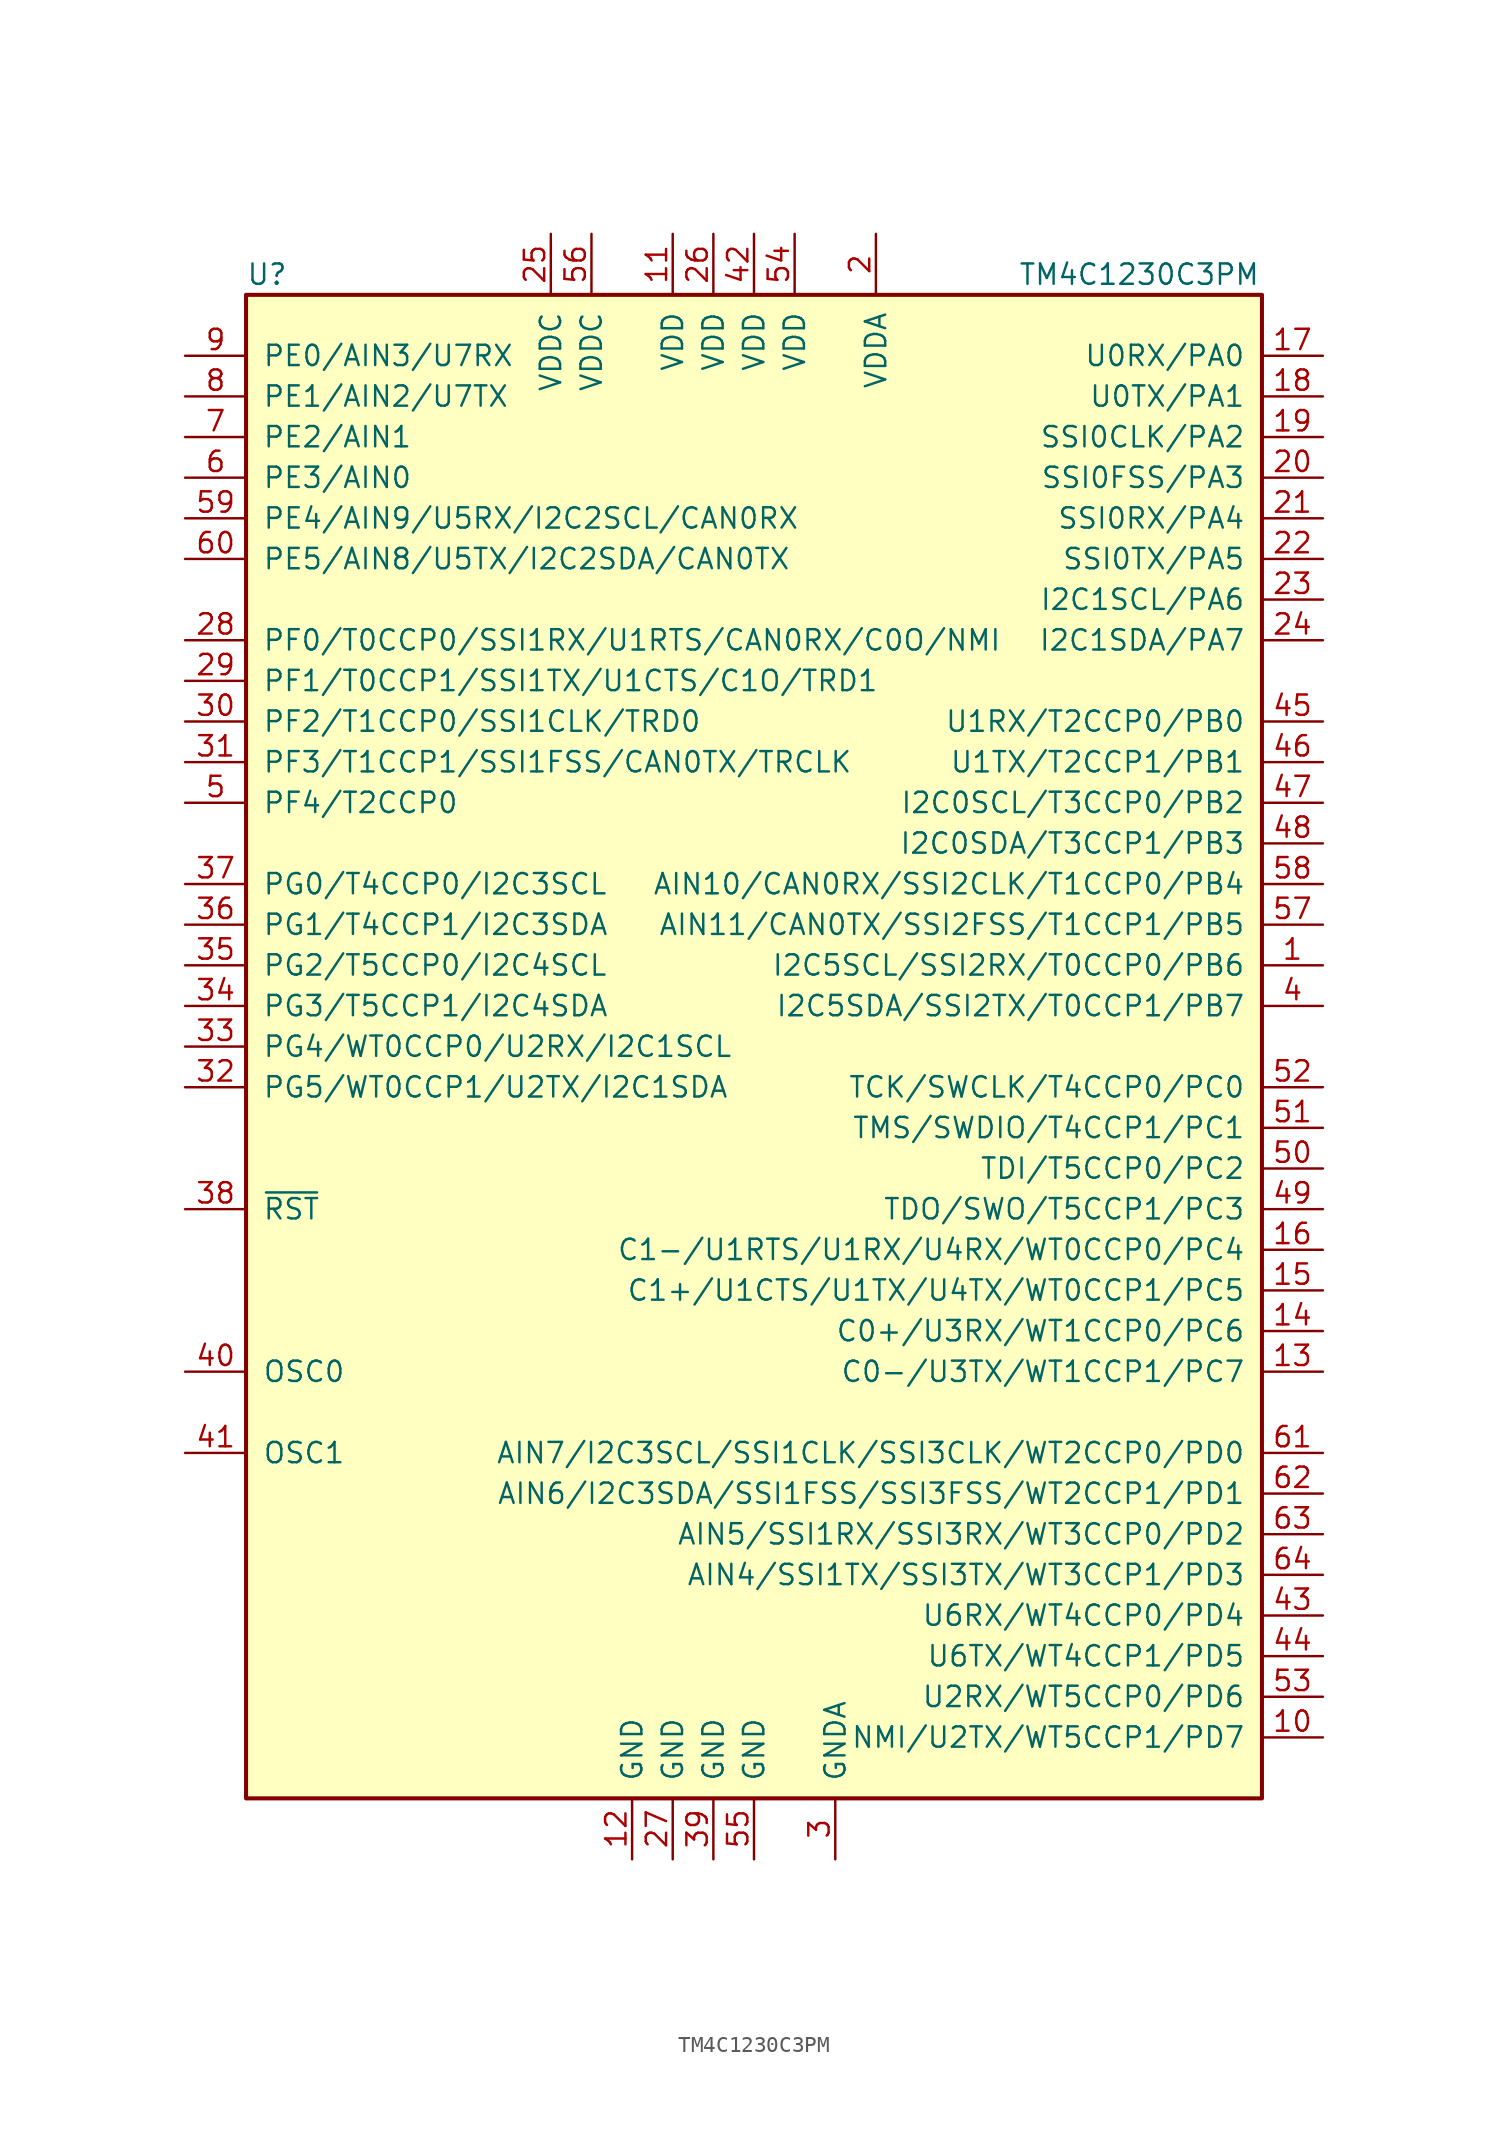
<source format=kicad_sym>
(kicad_symbol_lib
  (version 20201005)
  (generator kicad_symbol_editor)
  (symbol "TM4C1230C3PM"
    (pin_names
      (offset 1.016))
    (property "Reference" "U"
      (at -31.75 48.26 0)
      (effects (font (size 1.27 1.27)) (justify left)))
    (property "Value" "TM4C1230C3PM"
      (at 16.51 48.26 0)
      (effects (font (size 1.27 1.27)) (justify left)))
    (symbol "TM4C1230C3PM_0_1"
      (rectangle (start -31.75 46.99) (end 31.75 -46.99) (stroke (width 0.254)) (fill (type background))))
    (symbol "TM4C1230C3PM_1_1"
      (pin bidirectional line (at 35.56 5.08 180) (length 3.81) (name "I2C5SCL/SSI2RX/T0CCP0/PB6" (effects (font (size 1.27 1.27)))) (number "1" (effects (font (size 1.27 1.27)))))
      (pin bidirectional line (at 35.56 -43.18 180) (length 3.81) (name "NMI/U2TX/WT5CCP1/PD7" (effects (font (size 1.27 1.27)))) (number "10" (effects (font (size 1.27 1.27)))))
      (pin power_in line (at -5.08 50.8 270) (length 3.81) (name "VDD" (effects (font (size 1.27 1.27)))) (number "11" (effects (font (size 1.27 1.27)))))
      (pin power_in line (at -7.62 -50.8 90) (length 3.81) (name "GND" (effects (font (size 1.27 1.27)))) (number "12" (effects (font (size 1.27 1.27)))))
      (pin bidirectional line (at 35.56 -20.32 180) (length 3.81) (name "C0-/U3TX/WT1CCP1/PC7" (effects (font (size 1.27 1.27)))) (number "13" (effects (font (size 1.27 1.27)))))
      (pin bidirectional line (at 35.56 -17.78 180) (length 3.81) (name "C0+/U3RX/WT1CCP0/PC6" (effects (font (size 1.27 1.27)))) (number "14" (effects (font (size 1.27 1.27)))))
      (pin bidirectional line (at 35.56 -15.24 180) (length 3.81) (name "C1+/U1CTS/U1TX/U4TX/WT0CCP1/PC5" (effects (font (size 1.27 1.27)))) (number "15" (effects (font (size 1.27 1.27)))))
      (pin bidirectional line (at 35.56 -12.7 180) (length 3.81) (name "C1-/U1RTS/U1RX/U4RX/WT0CCP0/PC4" (effects (font (size 1.27 1.27)))) (number "16" (effects (font (size 1.27 1.27)))))
      (pin bidirectional line (at 35.56 43.18 180) (length 3.81) (name "U0RX/PA0" (effects (font (size 1.27 1.27)))) (number "17" (effects (font (size 1.27 1.27)))))
      (pin bidirectional line (at 35.56 40.64 180) (length 3.81) (name "U0TX/PA1" (effects (font (size 1.27 1.27)))) (number "18" (effects (font (size 1.27 1.27)))))
      (pin bidirectional line (at 35.56 38.1 180) (length 3.81) (name "SSI0CLK/PA2" (effects (font (size 1.27 1.27)))) (number "19" (effects (font (size 1.27 1.27)))))
      (pin power_in line (at 7.62 50.8 270) (length 3.81) (name "VDDA" (effects (font (size 1.27 1.27)))) (number "2" (effects (font (size 1.27 1.27)))))
      (pin bidirectional line (at 35.56 35.56 180) (length 3.81) (name "SSI0FSS/PA3" (effects (font (size 1.27 1.27)))) (number "20" (effects (font (size 1.27 1.27)))))
      (pin bidirectional line (at 35.56 33.02 180) (length 3.81) (name "SSI0RX/PA4" (effects (font (size 1.27 1.27)))) (number "21" (effects (font (size 1.27 1.27)))))
      (pin bidirectional line (at 35.56 30.48 180) (length 3.81) (name "SSI0TX/PA5" (effects (font (size 1.27 1.27)))) (number "22" (effects (font (size 1.27 1.27)))))
      (pin bidirectional line (at 35.56 27.94 180) (length 3.81) (name "I2C1SCL/PA6" (effects (font (size 1.27 1.27)))) (number "23" (effects (font (size 1.27 1.27)))))
      (pin bidirectional line (at 35.56 25.4 180) (length 3.81) (name "I2C1SDA/PA7" (effects (font (size 1.27 1.27)))) (number "24" (effects (font (size 1.27 1.27)))))
      (pin power_in line (at -12.7 50.8 270) (length 3.81) (name "VDDC" (effects (font (size 1.27 1.27)))) (number "25" (effects (font (size 1.27 1.27)))))
      (pin power_in line (at -2.54 50.8 270) (length 3.81) (name "VDD" (effects (font (size 1.27 1.27)))) (number "26" (effects (font (size 1.27 1.27)))))
      (pin power_in line (at -5.08 -50.8 90) (length 3.81) (name "GND" (effects (font (size 1.27 1.27)))) (number "27" (effects (font (size 1.27 1.27)))))
      (pin bidirectional line (at -35.56 25.4 0) (length 3.81) (name "PF0/T0CCP0/SSI1RX/U1RTS/CAN0RX/C0O/NMI" (effects (font (size 1.27 1.27)))) (number "28" (effects (font (size 1.27 1.27)))))
      (pin bidirectional line (at -35.56 22.86 0) (length 3.81) (name "PF1/T0CCP1/SSI1TX/U1CTS/C1O/TRD1" (effects (font (size 1.27 1.27)))) (number "29" (effects (font (size 1.27 1.27)))))
      (pin power_in line (at 5.08 -50.8 90) (length 3.81) (name "GNDA" (effects (font (size 1.27 1.27)))) (number "3" (effects (font (size 1.27 1.27)))))
      (pin bidirectional line (at -35.56 20.32 0) (length 3.81) (name "PF2/T1CCP0/SSI1CLK/TRD0" (effects (font (size 1.27 1.27)))) (number "30" (effects (font (size 1.27 1.27)))))
      (pin bidirectional line (at -35.56 17.78 0) (length 3.81) (name "PF3/T1CCP1/SSI1FSS/CAN0TX/TRCLK" (effects (font (size 1.27 1.27)))) (number "31" (effects (font (size 1.27 1.27)))))
      (pin bidirectional line (at -35.56 -2.54 0) (length 3.81) (name "PG5/WT0CCP1/U2TX/I2C1SDA" (effects (font (size 1.27 1.27)))) (number "32" (effects (font (size 1.27 1.27)))))
      (pin bidirectional line (at -35.56 0 0) (length 3.81) (name "PG4/WT0CCP0/U2RX/I2C1SCL" (effects (font (size 1.27 1.27)))) (number "33" (effects (font (size 1.27 1.27)))))
      (pin bidirectional line (at -35.56 2.54 0) (length 3.81) (name "PG3/T5CCP1/I2C4SDA" (effects (font (size 1.27 1.27)))) (number "34" (effects (font (size 1.27 1.27)))))
      (pin bidirectional line (at -35.56 5.08 0) (length 3.81) (name "PG2/T5CCP0/I2C4SCL" (effects (font (size 1.27 1.27)))) (number "35" (effects (font (size 1.27 1.27)))))
      (pin bidirectional line (at -35.56 7.62 0) (length 3.81) (name "PG1/T4CCP1/I2C3SDA" (effects (font (size 1.27 1.27)))) (number "36" (effects (font (size 1.27 1.27)))))
      (pin bidirectional line (at -35.56 10.16 0) (length 3.81) (name "PG0/T4CCP0/I2C3SCL" (effects (font (size 1.27 1.27)))) (number "37" (effects (font (size 1.27 1.27)))))
      (pin input line (at -35.56 -10.16 0) (length 3.81) (name "~RST~" (effects (font (size 1.27 1.27)))) (number "38" (effects (font (size 1.27 1.27)))))
      (pin bidirectional line (at -2.54 -50.8 90) (length 3.81) (name "GND" (effects (font (size 1.27 1.27)))) (number "39" (effects (font (size 1.27 1.27)))))
      (pin bidirectional line (at 35.56 2.54 180) (length 3.81) (name "I2C5SDA/SSI2TX/T0CCP1/PB7" (effects (font (size 1.27 1.27)))) (number "4" (effects (font (size 1.27 1.27)))))
      (pin passive line (at -35.56 -20.32 0) (length 3.81) (name "OSC0" (effects (font (size 1.27 1.27)))) (number "40" (effects (font (size 1.27 1.27)))))
      (pin passive line (at -35.56 -25.4 0) (length 3.81) (name "OSC1" (effects (font (size 1.27 1.27)))) (number "41" (effects (font (size 1.27 1.27)))))
      (pin power_in line (at 0 50.8 270) (length 3.81) (name "VDD" (effects (font (size 1.27 1.27)))) (number "42" (effects (font (size 1.27 1.27)))))
      (pin bidirectional line (at 35.56 -35.56 180) (length 3.81) (name "U6RX/WT4CCP0/PD4" (effects (font (size 1.27 1.27)))) (number "43" (effects (font (size 1.27 1.27)))))
      (pin bidirectional line (at 35.56 -38.1 180) (length 3.81) (name "U6TX/WT4CCP1/PD5" (effects (font (size 1.27 1.27)))) (number "44" (effects (font (size 1.27 1.27)))))
      (pin bidirectional line (at 35.56 20.32 180) (length 3.81) (name "U1RX/T2CCP0/PB0" (effects (font (size 1.27 1.27)))) (number "45" (effects (font (size 1.27 1.27)))))
      (pin bidirectional line (at 35.56 17.78 180) (length 3.81) (name "U1TX/T2CCP1/PB1" (effects (font (size 1.27 1.27)))) (number "46" (effects (font (size 1.27 1.27)))))
      (pin bidirectional line (at 35.56 15.24 180) (length 3.81) (name "I2C0SCL/T3CCP0/PB2" (effects (font (size 1.27 1.27)))) (number "47" (effects (font (size 1.27 1.27)))))
      (pin bidirectional line (at 35.56 12.7 180) (length 3.81) (name "I2C0SDA/T3CCP1/PB3" (effects (font (size 1.27 1.27)))) (number "48" (effects (font (size 1.27 1.27)))))
      (pin bidirectional line (at 35.56 -10.16 180) (length 3.81) (name "TDO/SWO/T5CCP1/PC3" (effects (font (size 1.27 1.27)))) (number "49" (effects (font (size 1.27 1.27)))))
      (pin bidirectional line (at -35.56 15.24 0) (length 3.81) (name "PF4/T2CCP0" (effects (font (size 1.27 1.27)))) (number "5" (effects (font (size 1.27 1.27)))))
      (pin bidirectional line (at 35.56 -7.62 180) (length 3.81) (name "TDI/T5CCP0/PC2" (effects (font (size 1.27 1.27)))) (number "50" (effects (font (size 1.27 1.27)))))
      (pin bidirectional line (at 35.56 -5.08 180) (length 3.81) (name "TMS/SWDIO/T4CCP1/PC1" (effects (font (size 1.27 1.27)))) (number "51" (effects (font (size 1.27 1.27)))))
      (pin bidirectional line (at 35.56 -2.54 180) (length 3.81) (name "TCK/SWCLK/T4CCP0/PC0" (effects (font (size 1.27 1.27)))) (number "52" (effects (font (size 1.27 1.27)))))
      (pin bidirectional line (at 35.56 -40.64 180) (length 3.81) (name "U2RX/WT5CCP0/PD6" (effects (font (size 1.27 1.27)))) (number "53" (effects (font (size 1.27 1.27)))))
      (pin power_in line (at 2.54 50.8 270) (length 3.81) (name "VDD" (effects (font (size 1.27 1.27)))) (number "54" (effects (font (size 1.27 1.27)))))
      (pin power_in line (at 0 -50.8 90) (length 3.81) (name "GND" (effects (font (size 1.27 1.27)))) (number "55" (effects (font (size 1.27 1.27)))))
      (pin power_in line (at -10.16 50.8 270) (length 3.81) (name "VDDC" (effects (font (size 1.27 1.27)))) (number "56" (effects (font (size 1.27 1.27)))))
      (pin bidirectional line (at 35.56 7.62 180) (length 3.81) (name "AIN11/CAN0TX/SSI2FSS/T1CCP1/PB5" (effects (font (size 1.27 1.27)))) (number "57" (effects (font (size 1.27 1.27)))))
      (pin bidirectional line (at 35.56 10.16 180) (length 3.81) (name "AIN10/CAN0RX/SSI2CLK/T1CCP0/PB4" (effects (font (size 1.27 1.27)))) (number "58" (effects (font (size 1.27 1.27)))))
      (pin bidirectional line (at -35.56 33.02 0) (length 3.81) (name "PE4/AIN9/U5RX/I2C2SCL/CAN0RX" (effects (font (size 1.27 1.27)))) (number "59" (effects (font (size 1.27 1.27)))))
      (pin bidirectional line (at -35.56 35.56 0) (length 3.81) (name "PE3/AIN0" (effects (font (size 1.27 1.27)))) (number "6" (effects (font (size 1.27 1.27)))))
      (pin bidirectional line (at -35.56 30.48 0) (length 3.81) (name "PE5/AIN8/U5TX/I2C2SDA/CAN0TX" (effects (font (size 1.27 1.27)))) (number "60" (effects (font (size 1.27 1.27)))))
      (pin bidirectional line (at 35.56 -25.4 180) (length 3.81) (name "AIN7/I2C3SCL/SSI1CLK/SSI3CLK/WT2CCP0/PD0" (effects (font (size 1.27 1.27)))) (number "61" (effects (font (size 1.27 1.27)))))
      (pin bidirectional line (at 35.56 -27.94 180) (length 3.81) (name "AIN6/I2C3SDA/SSI1FSS/SSI3FSS/WT2CCP1/PD1" (effects (font (size 1.27 1.27)))) (number "62" (effects (font (size 1.27 1.27)))))
      (pin bidirectional line (at 35.56 -30.48 180) (length 3.81) (name "AIN5/SSI1RX/SSI3RX/WT3CCP0/PD2" (effects (font (size 1.27 1.27)))) (number "63" (effects (font (size 1.27 1.27)))))
      (pin bidirectional line (at 35.56 -33.02 180) (length 3.81) (name "AIN4/SSI1TX/SSI3TX/WT3CCP1/PD3" (effects (font (size 1.27 1.27)))) (number "64" (effects (font (size 1.27 1.27)))))
      (pin bidirectional line (at -35.56 38.1 0) (length 3.81) (name "PE2/AIN1" (effects (font (size 1.27 1.27)))) (number "7" (effects (font (size 1.27 1.27)))))
      (pin bidirectional line (at -35.56 40.64 0) (length 3.81) (name "PE1/AIN2/U7TX" (effects (font (size 1.27 1.27)))) (number "8" (effects (font (size 1.27 1.27)))))
      (pin bidirectional line (at -35.56 43.18 0) (length 3.81) (name "PE0/AIN3/U7RX" (effects (font (size 1.27 1.27)))) (number "9" (effects (font (size 1.27 1.27))))))))
</source>
